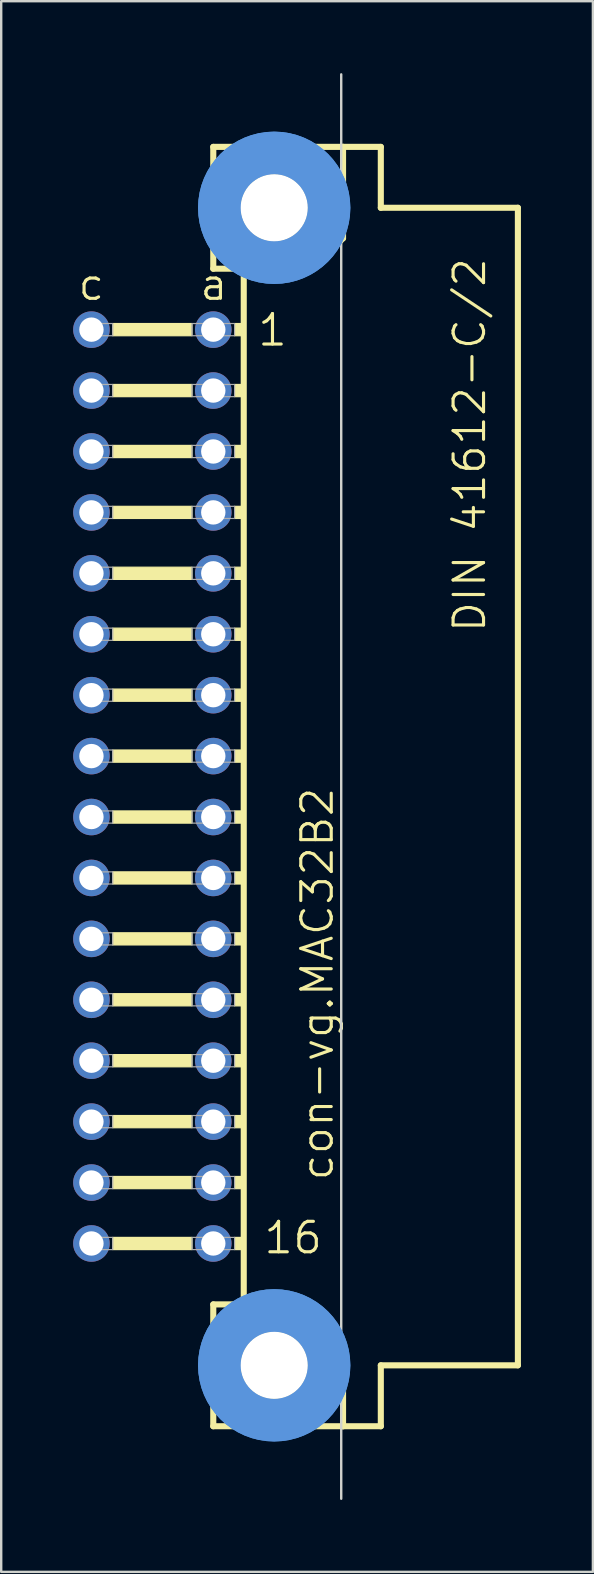
<source format=kicad_pcb>
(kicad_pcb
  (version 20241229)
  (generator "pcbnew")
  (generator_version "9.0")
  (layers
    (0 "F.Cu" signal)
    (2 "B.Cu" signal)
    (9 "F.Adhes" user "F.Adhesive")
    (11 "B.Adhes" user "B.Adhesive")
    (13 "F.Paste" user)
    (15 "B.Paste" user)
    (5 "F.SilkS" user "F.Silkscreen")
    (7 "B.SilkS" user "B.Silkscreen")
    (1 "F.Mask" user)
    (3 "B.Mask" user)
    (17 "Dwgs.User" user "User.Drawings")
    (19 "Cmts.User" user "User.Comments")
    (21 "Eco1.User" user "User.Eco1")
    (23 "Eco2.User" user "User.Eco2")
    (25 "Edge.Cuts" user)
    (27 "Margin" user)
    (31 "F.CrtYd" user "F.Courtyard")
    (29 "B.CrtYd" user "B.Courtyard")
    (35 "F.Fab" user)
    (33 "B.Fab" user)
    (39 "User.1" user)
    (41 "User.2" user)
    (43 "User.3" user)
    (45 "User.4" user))
  (footprint "con-vg.MAC32B2"
    (layer "F.Cu")
    (at 8.382 29.743)
    (property "Reference" "con-vg.MAC32B2" (at 2.54 16.51 90) (layer "F.SilkS") (effects (font (size 1.27 1.27) (thickness 0.13)) (justify left bottom)))
    (attr through_hole)
    (fp_line (start -2.54 -26.67) (end -2.54 -21.59) (stroke (width 0.254) (type default)) (layer "F.SilkS"))
    (fp_line (start -2.54 -21.59) (end -1.27 -21.59) (stroke (width 0.254) (type default)) (layer "F.SilkS"))
    (fp_line (start -2.54 21.59) (end -2.54 26.67) (stroke (width 0.254) (type default)) (layer "F.SilkS"))
    (fp_line (start -2.54 21.59) (end 1.27 21.59) (stroke (width 0.254) (type default)) (layer "F.SilkS"))
    (fp_line (start -2.54 26.67) (end 2.87 26.67) (stroke (width 0.254) (type default)) (layer "F.SilkS"))
    (fp_line (start -1.27 -21.59) (end -1.27 21.463) (stroke (width 0.254) (type default)) (layer "F.SilkS"))
    (fp_line (start -1.27 -21.59) (end 1.6 -21.59) (stroke (width 0.254) (type default)) (layer "F.SilkS"))
    (fp_line (start 1.6 -21.59) (end 2.87 -22.86) (stroke (width 0.254) (type default)) (layer "F.SilkS"))
    (fp_line (start 2.794 -22.225) (end 2.794 22.225) (stroke (width 0.051) (type default)) (layer "F.SilkS"))
    (fp_line (start 2.87 -26.67) (end -2.54 -26.67) (stroke (width 0.254) (type default)) (layer "F.SilkS"))
    (fp_line (start 2.87 -22.86) (end 2.87 -26.67) (stroke (width 0.254) (type default)) (layer "F.SilkS"))
    (fp_line (start 2.87 23.19) (end 1.27 21.59) (stroke (width 0.254) (type default)) (layer "F.SilkS"))
    (fp_line (start 2.87 23.19) (end 2.87 26.67) (stroke (width 0.254) (type default)) (layer "F.SilkS"))
    (fp_line (start 2.87 26.67) (end 4.445 26.67) (stroke (width 0.254) (type default)) (layer "F.SilkS"))
    (fp_line (start 4.445 -26.67) (end 2.87 -26.67) (stroke (width 0.254) (type default)) (layer "F.SilkS"))
    (fp_line (start 4.445 -24.13) (end 4.445 -26.67) (stroke (width 0.254) (type default)) (layer "F.SilkS"))
    (fp_line (start 4.445 24.13) (end 10.16 24.13) (stroke (width 0.254) (type default)) (layer "F.SilkS"))
    (fp_line (start 4.445 26.67) (end 4.445 24.13) (stroke (width 0.254) (type default)) (layer "F.SilkS"))
    (fp_line (start 10.16 -24.13) (end 4.445 -24.13) (stroke (width 0.254) (type default)) (layer "F.SilkS"))
    (fp_line (start 10.16 24.13) (end 10.16 -24.13) (stroke (width 0.254) (type default)) (layer "F.SilkS"))
    (fp_rect (start -6.731 -18.796) (end -3.429 -19.304) (stroke (width 0.05) (type default)) (fill yes) (layer "F.SilkS"))
    (fp_rect (start -6.731 -16.256) (end -3.429 -16.764) (stroke (width 0.05) (type default)) (fill yes) (layer "F.SilkS"))
    (fp_rect (start -6.731 -13.716) (end -3.429 -14.224) (stroke (width 0.05) (type default)) (fill yes) (layer "F.SilkS"))
    (fp_rect (start -6.731 -11.176) (end -3.429 -11.684) (stroke (width 0.05) (type default)) (fill yes) (layer "F.SilkS"))
    (fp_rect (start -6.731 -8.636) (end -3.429 -9.144) (stroke (width 0.05) (type default)) (fill yes) (layer "F.SilkS"))
    (fp_rect (start -6.731 -6.096) (end -3.429 -6.604) (stroke (width 0.05) (type default)) (fill yes) (layer "F.SilkS"))
    (fp_rect (start -6.731 -3.556) (end -3.429 -4.064) (stroke (width 0.05) (type default)) (fill yes) (layer "F.SilkS"))
    (fp_rect (start -6.731 -1.016) (end -3.429 -1.524) (stroke (width 0.05) (type default)) (fill yes) (layer "F.SilkS"))
    (fp_rect (start -6.731 1.524) (end -3.429 1.016) (stroke (width 0.05) (type default)) (fill yes) (layer "F.SilkS"))
    (fp_rect (start -6.731 4.064) (end -3.429 3.556) (stroke (width 0.05) (type default)) (fill yes) (layer "F.SilkS"))
    (fp_rect (start -6.731 6.604) (end -3.429 6.096) (stroke (width 0.05) (type default)) (fill yes) (layer "F.SilkS"))
    (fp_rect (start -6.731 9.144) (end -3.429 8.636) (stroke (width 0.05) (type default)) (fill yes) (layer "F.SilkS"))
    (fp_rect (start -6.731 11.684) (end -3.429 11.176) (stroke (width 0.05) (type default)) (fill yes) (layer "F.SilkS"))
    (fp_rect (start -6.731 14.224) (end -3.429 13.716) (stroke (width 0.05) (type default)) (fill yes) (layer "F.SilkS"))
    (fp_rect (start -6.731 16.764) (end -3.429 16.256) (stroke (width 0.05) (type default)) (fill yes) (layer "F.SilkS"))
    (fp_rect (start -6.731 19.304) (end -3.429 18.796) (stroke (width 0.05) (type default)) (fill yes) (layer "F.SilkS"))
    (fp_rect (start -1.651 -18.796) (end -1.27 -19.304) (stroke (width 0.05) (type default)) (fill yes) (layer "F.SilkS"))
    (fp_rect (start -1.651 -16.256) (end -1.27 -16.764) (stroke (width 0.05) (type default)) (fill yes) (layer "F.SilkS"))
    (fp_rect (start -1.651 -13.716) (end -1.27 -14.224) (stroke (width 0.05) (type default)) (fill yes) (layer "F.SilkS"))
    (fp_rect (start -1.651 -11.176) (end -1.27 -11.684) (stroke (width 0.05) (type default)) (fill yes) (layer "F.SilkS"))
    (fp_rect (start -1.651 -8.636) (end -1.27 -9.144) (stroke (width 0.05) (type default)) (fill yes) (layer "F.SilkS"))
    (fp_rect (start -1.651 -6.096) (end -1.27 -6.604) (stroke (width 0.05) (type default)) (fill yes) (layer "F.SilkS"))
    (fp_rect (start -1.651 -3.556) (end -1.27 -4.064) (stroke (width 0.05) (type default)) (fill yes) (layer "F.SilkS"))
    (fp_rect (start -1.651 -1.016) (end -1.27 -1.524) (stroke (width 0.05) (type default)) (fill yes) (layer "F.SilkS"))
    (fp_rect (start -1.651 1.524) (end -1.27 1.016) (stroke (width 0.05) (type default)) (fill yes) (layer "F.SilkS"))
    (fp_rect (start -1.651 4.064) (end -1.27 3.556) (stroke (width 0.05) (type default)) (fill yes) (layer "F.SilkS"))
    (fp_rect (start -1.651 6.604) (end -1.27 6.096) (stroke (width 0.05) (type default)) (fill yes) (layer "F.SilkS"))
    (fp_rect (start -1.651 9.144) (end -1.27 8.636) (stroke (width 0.05) (type default)) (fill yes) (layer "F.SilkS"))
    (fp_rect (start -1.651 11.684) (end -1.27 11.176) (stroke (width 0.05) (type default)) (fill yes) (layer "F.SilkS"))
    (fp_rect (start -1.651 14.224) (end -1.27 13.716) (stroke (width 0.05) (type default)) (fill yes) (layer "F.SilkS"))
    (fp_rect (start -1.651 16.764) (end -1.27 16.256) (stroke (width 0.05) (type default)) (fill yes) (layer "F.SilkS"))
    (fp_rect (start -1.651 19.304) (end -1.27 18.796) (stroke (width 0.05) (type default)) (fill yes) (layer "F.SilkS"))
    (fp_circle (center 0 -24.13) (end 1.27 -24.13) (stroke (width 0.254) (type default)) (fill no) (layer "F.SilkS"))
    (fp_circle (center 0 24.13) (end 1.27 24.13) (stroke (width 0.254) (type default)) (fill no) (layer "F.SilkS"))
    (fp_circle (center 0 -24.13) (end 2.286 -24.13) (stroke (width 1.778) (type default)) (fill no) (layer "Cmts.User"))
    (fp_circle (center 0 -24.13) (end 2.286 -24.13) (stroke (width 1.778) (type default)) (fill no) (layer "Cmts.User"))
    (fp_circle (center 0 24.13) (end 2.286 24.13) (stroke (width 1.778) (type default)) (fill no) (layer "Cmts.User"))
    (fp_circle (center 0 24.13) (end 2.286 24.13) (stroke (width 1.778) (type default)) (fill no) (layer "Cmts.User"))
    (fp_line (start 2.794 29.693) (end 2.794 -29.693) (stroke (width 0.1) (type default)) (layer "Edge.Cuts"))
    (fp_rect (start -7.874 -18.796) (end -6.731 -19.304) (stroke (width 0.05) (type default)) (fill no) (layer "F.Fab"))
    (fp_rect (start -7.874 -16.256) (end -6.731 -16.764) (stroke (width 0.05) (type default)) (fill no) (layer "F.Fab"))
    (fp_rect (start -7.874 -13.716) (end -6.731 -14.224) (stroke (width 0.05) (type default)) (fill no) (layer "F.Fab"))
    (fp_rect (start -7.874 -11.176) (end -6.731 -11.684) (stroke (width 0.05) (type default)) (fill no) (layer "F.Fab"))
    (fp_rect (start -7.874 -8.636) (end -6.731 -9.144) (stroke (width 0.05) (type default)) (fill no) (layer "F.Fab"))
    (fp_rect (start -7.874 -6.096) (end -6.731 -6.604) (stroke (width 0.05) (type default)) (fill no) (layer "F.Fab"))
    (fp_rect (start -7.874 -3.556) (end -6.731 -4.064) (stroke (width 0.05) (type default)) (fill no) (layer "F.Fab"))
    (fp_rect (start -7.874 -1.016) (end -6.731 -1.524) (stroke (width 0.05) (type default)) (fill no) (layer "F.Fab"))
    (fp_rect (start -7.874 1.524) (end -6.731 1.016) (stroke (width 0.05) (type default)) (fill no) (layer "F.Fab"))
    (fp_rect (start -7.874 4.064) (end -6.731 3.556) (stroke (width 0.05) (type default)) (fill no) (layer "F.Fab"))
    (fp_rect (start -7.874 6.604) (end -6.731 6.096) (stroke (width 0.05) (type default)) (fill no) (layer "F.Fab"))
    (fp_rect (start -7.874 9.144) (end -6.731 8.636) (stroke (width 0.05) (type default)) (fill no) (layer "F.Fab"))
    (fp_rect (start -7.874 11.684) (end -6.731 11.176) (stroke (width 0.05) (type default)) (fill no) (layer "F.Fab"))
    (fp_rect (start -7.874 14.224) (end -6.731 13.716) (stroke (width 0.05) (type default)) (fill no) (layer "F.Fab"))
    (fp_rect (start -7.874 16.764) (end -6.731 16.256) (stroke (width 0.05) (type default)) (fill no) (layer "F.Fab"))
    (fp_rect (start -7.874 19.304) (end -6.731 18.796) (stroke (width 0.05) (type default)) (fill no) (layer "F.Fab"))
    (fp_rect (start -3.429 -18.796) (end -1.651 -19.304) (stroke (width 0.05) (type default)) (fill no) (layer "F.Fab"))
    (fp_rect (start -3.429 -16.256) (end -1.651 -16.764) (stroke (width 0.05) (type default)) (fill no) (layer "F.Fab"))
    (fp_rect (start -3.429 -13.716) (end -1.651 -14.224) (stroke (width 0.05) (type default)) (fill no) (layer "F.Fab"))
    (fp_rect (start -3.429 -11.176) (end -1.651 -11.684) (stroke (width 0.05) (type default)) (fill no) (layer "F.Fab"))
    (fp_rect (start -3.429 -8.636) (end -1.651 -9.144) (stroke (width 0.05) (type default)) (fill no) (layer "F.Fab"))
    (fp_rect (start -3.429 -6.096) (end -1.651 -6.604) (stroke (width 0.05) (type default)) (fill no) (layer "F.Fab"))
    (fp_rect (start -3.429 -3.556) (end -1.651 -4.064) (stroke (width 0.05) (type default)) (fill no) (layer "F.Fab"))
    (fp_rect (start -3.429 -1.016) (end -1.651 -1.524) (stroke (width 0.05) (type default)) (fill no) (layer "F.Fab"))
    (fp_rect (start -3.429 1.524) (end -1.651 1.016) (stroke (width 0.05) (type default)) (fill no) (layer "F.Fab"))
    (fp_rect (start -3.429 4.064) (end -1.651 3.556) (stroke (width 0.05) (type default)) (fill no) (layer "F.Fab"))
    (fp_rect (start -3.429 6.604) (end -1.651 6.096) (stroke (width 0.05) (type default)) (fill no) (layer "F.Fab"))
    (fp_rect (start -3.429 9.144) (end -1.651 8.636) (stroke (width 0.05) (type default)) (fill no) (layer "F.Fab"))
    (fp_rect (start -3.429 11.684) (end -1.651 11.176) (stroke (width 0.05) (type default)) (fill no) (layer "F.Fab"))
    (fp_rect (start -3.429 14.224) (end -1.651 13.716) (stroke (width 0.05) (type default)) (fill no) (layer "F.Fab"))
    (fp_rect (start -3.429 16.764) (end -1.651 16.256) (stroke (width 0.05) (type default)) (fill no) (layer "F.Fab"))
    (fp_rect (start -3.429 19.304) (end -1.651 18.796) (stroke (width 0.05) (type default)) (fill no) (layer "F.Fab"))
    (fp_text user "16" (at -0.508 19.558 0) (layer "F.SilkS") (effects (font (size 1.27 1.27) (thickness 0.13)) (justify left bottom)))
    (fp_text user "a" (at -3.175 -20.193 0) (layer "F.SilkS") (effects (font (size 1.27 1.27) (thickness 0.13)) (justify left bottom)))
    (fp_text user "DIN 41612-C/2" (at 8.89 -6.35 90) (layer "F.SilkS") (effects (font (size 1.27 1.27) (thickness 0.13)) (justify left bottom)))
    (fp_text user "1" (at -0.762 -18.288 0) (layer "F.SilkS") (effects (font (size 1.27 1.27) (thickness 0.13)) (justify left bottom)))
    (fp_text user "c" (at -8.255 -20.193 0) (layer "F.SilkS") (effects (font (size 1.27 1.27) (thickness 0.13)) (justify left bottom)))
    (pad "" np_thru_hole circle (at 0 -24.13) (size 2.794 2.794) (drill 2.794) (layers "*.Cu" "*.Mask"))
    (pad "" np_thru_hole circle (at 0 24.13) (size 2.794 2.794) (drill 2.794) (layers "*.Cu" "*.Mask"))
    (pad "A1" thru_hole circle (at -2.54 -19.05) (size 1.524 1.524) (drill 1.016) (layers "*.Cu" "*.Mask"))
    (pad "A2" thru_hole circle (at -2.54 -16.51) (size 1.524 1.524) (drill 1.016) (layers "*.Cu" "*.Mask"))
    (pad "A3" thru_hole circle (at -2.54 -13.97) (size 1.524 1.524) (drill 1.016) (layers "*.Cu" "*.Mask"))
    (pad "A4" thru_hole circle (at -2.54 -11.43) (size 1.524 1.524) (drill 1.016) (layers "*.Cu" "*.Mask"))
    (pad "A5" thru_hole circle (at -2.54 -8.89) (size 1.524 1.524) (drill 1.016) (layers "*.Cu" "*.Mask"))
    (pad "A6" thru_hole circle (at -2.54 -6.35) (size 1.524 1.524) (drill 1.016) (layers "*.Cu" "*.Mask"))
    (pad "A7" thru_hole circle (at -2.54 -3.81) (size 1.524 1.524) (drill 1.016) (layers "*.Cu" "*.Mask"))
    (pad "A8" thru_hole circle (at -2.54 -1.27) (size 1.524 1.524) (drill 1.016) (layers "*.Cu" "*.Mask"))
    (pad "A9" thru_hole circle (at -2.54 1.27) (size 1.524 1.524) (drill 1.016) (layers "*.Cu" "*.Mask"))
    (pad "A10" thru_hole circle (at -2.54 3.81) (size 1.524 1.524) (drill 1.016) (layers "*.Cu" "*.Mask"))
    (pad "A11" thru_hole circle (at -2.54 6.35) (size 1.524 1.524) (drill 1.016) (layers "*.Cu" "*.Mask"))
    (pad "A12" thru_hole circle (at -2.54 8.89) (size 1.524 1.524) (drill 1.016) (layers "*.Cu" "*.Mask"))
    (pad "A13" thru_hole circle (at -2.54 11.43) (size 1.524 1.524) (drill 1.016) (layers "*.Cu" "*.Mask"))
    (pad "A14" thru_hole circle (at -2.54 13.97) (size 1.524 1.524) (drill 1.016) (layers "*.Cu" "*.Mask"))
    (pad "A15" thru_hole circle (at -2.54 16.51) (size 1.524 1.524) (drill 1.016) (layers "*.Cu" "*.Mask"))
    (pad "A16" thru_hole circle (at -2.54 19.05) (size 1.524 1.524) (drill 1.016) (layers "*.Cu" "*.Mask"))
    (pad "C1" thru_hole circle (at -7.62 -19.05) (size 1.524 1.524) (drill 1.016) (layers "*.Cu" "*.Mask"))
    (pad "C2" thru_hole circle (at -7.62 -16.51) (size 1.524 1.524) (drill 1.016) (layers "*.Cu" "*.Mask"))
    (pad "C3" thru_hole circle (at -7.62 -13.97) (size 1.524 1.524) (drill 1.016) (layers "*.Cu" "*.Mask"))
    (pad "C4" thru_hole circle (at -7.62 -11.43) (size 1.524 1.524) (drill 1.016) (layers "*.Cu" "*.Mask"))
    (pad "C5" thru_hole circle (at -7.62 -8.89) (size 1.524 1.524) (drill 1.016) (layers "*.Cu" "*.Mask"))
    (pad "C6" thru_hole circle (at -7.62 -6.35) (size 1.524 1.524) (drill 1.016) (layers "*.Cu" "*.Mask"))
    (pad "C7" thru_hole circle (at -7.62 -3.81) (size 1.524 1.524) (drill 1.016) (layers "*.Cu" "*.Mask"))
    (pad "C8" thru_hole circle (at -7.62 -1.27) (size 1.524 1.524) (drill 1.016) (layers "*.Cu" "*.Mask"))
    (pad "C9" thru_hole circle (at -7.62 1.27) (size 1.524 1.524) (drill 1.016) (layers "*.Cu" "*.Mask"))
    (pad "C10" thru_hole circle (at -7.62 3.81) (size 1.524 1.524) (drill 1.016) (layers "*.Cu" "*.Mask"))
    (pad "C11" thru_hole circle (at -7.62 6.35) (size 1.524 1.524) (drill 1.016) (layers "*.Cu" "*.Mask"))
    (pad "C12" thru_hole circle (at -7.62 8.89) (size 1.524 1.524) (drill 1.016) (layers "*.Cu" "*.Mask"))
    (pad "C13" thru_hole circle (at -7.62 11.43) (size 1.524 1.524) (drill 1.016) (layers "*.Cu" "*.Mask"))
    (pad "C14" thru_hole circle (at -7.62 13.97) (size 1.524 1.524) (drill 1.016) (layers "*.Cu" "*.Mask"))
    (pad "C15" thru_hole circle (at -7.62 16.51) (size 1.524 1.524) (drill 1.016) (layers "*.Cu" "*.Mask"))
    (pad "C16" thru_hole circle (at -7.62 19.05) (size 1.524 1.524) (drill 1.016) (layers "*.Cu" "*.Mask")))
  (gr_rect
    (start -3 -3)
    (end 21.669 62.485)
    (stroke (width 0.1) (type default))
    (fill no)
    (layer "Edge.Cuts")))
</source>
